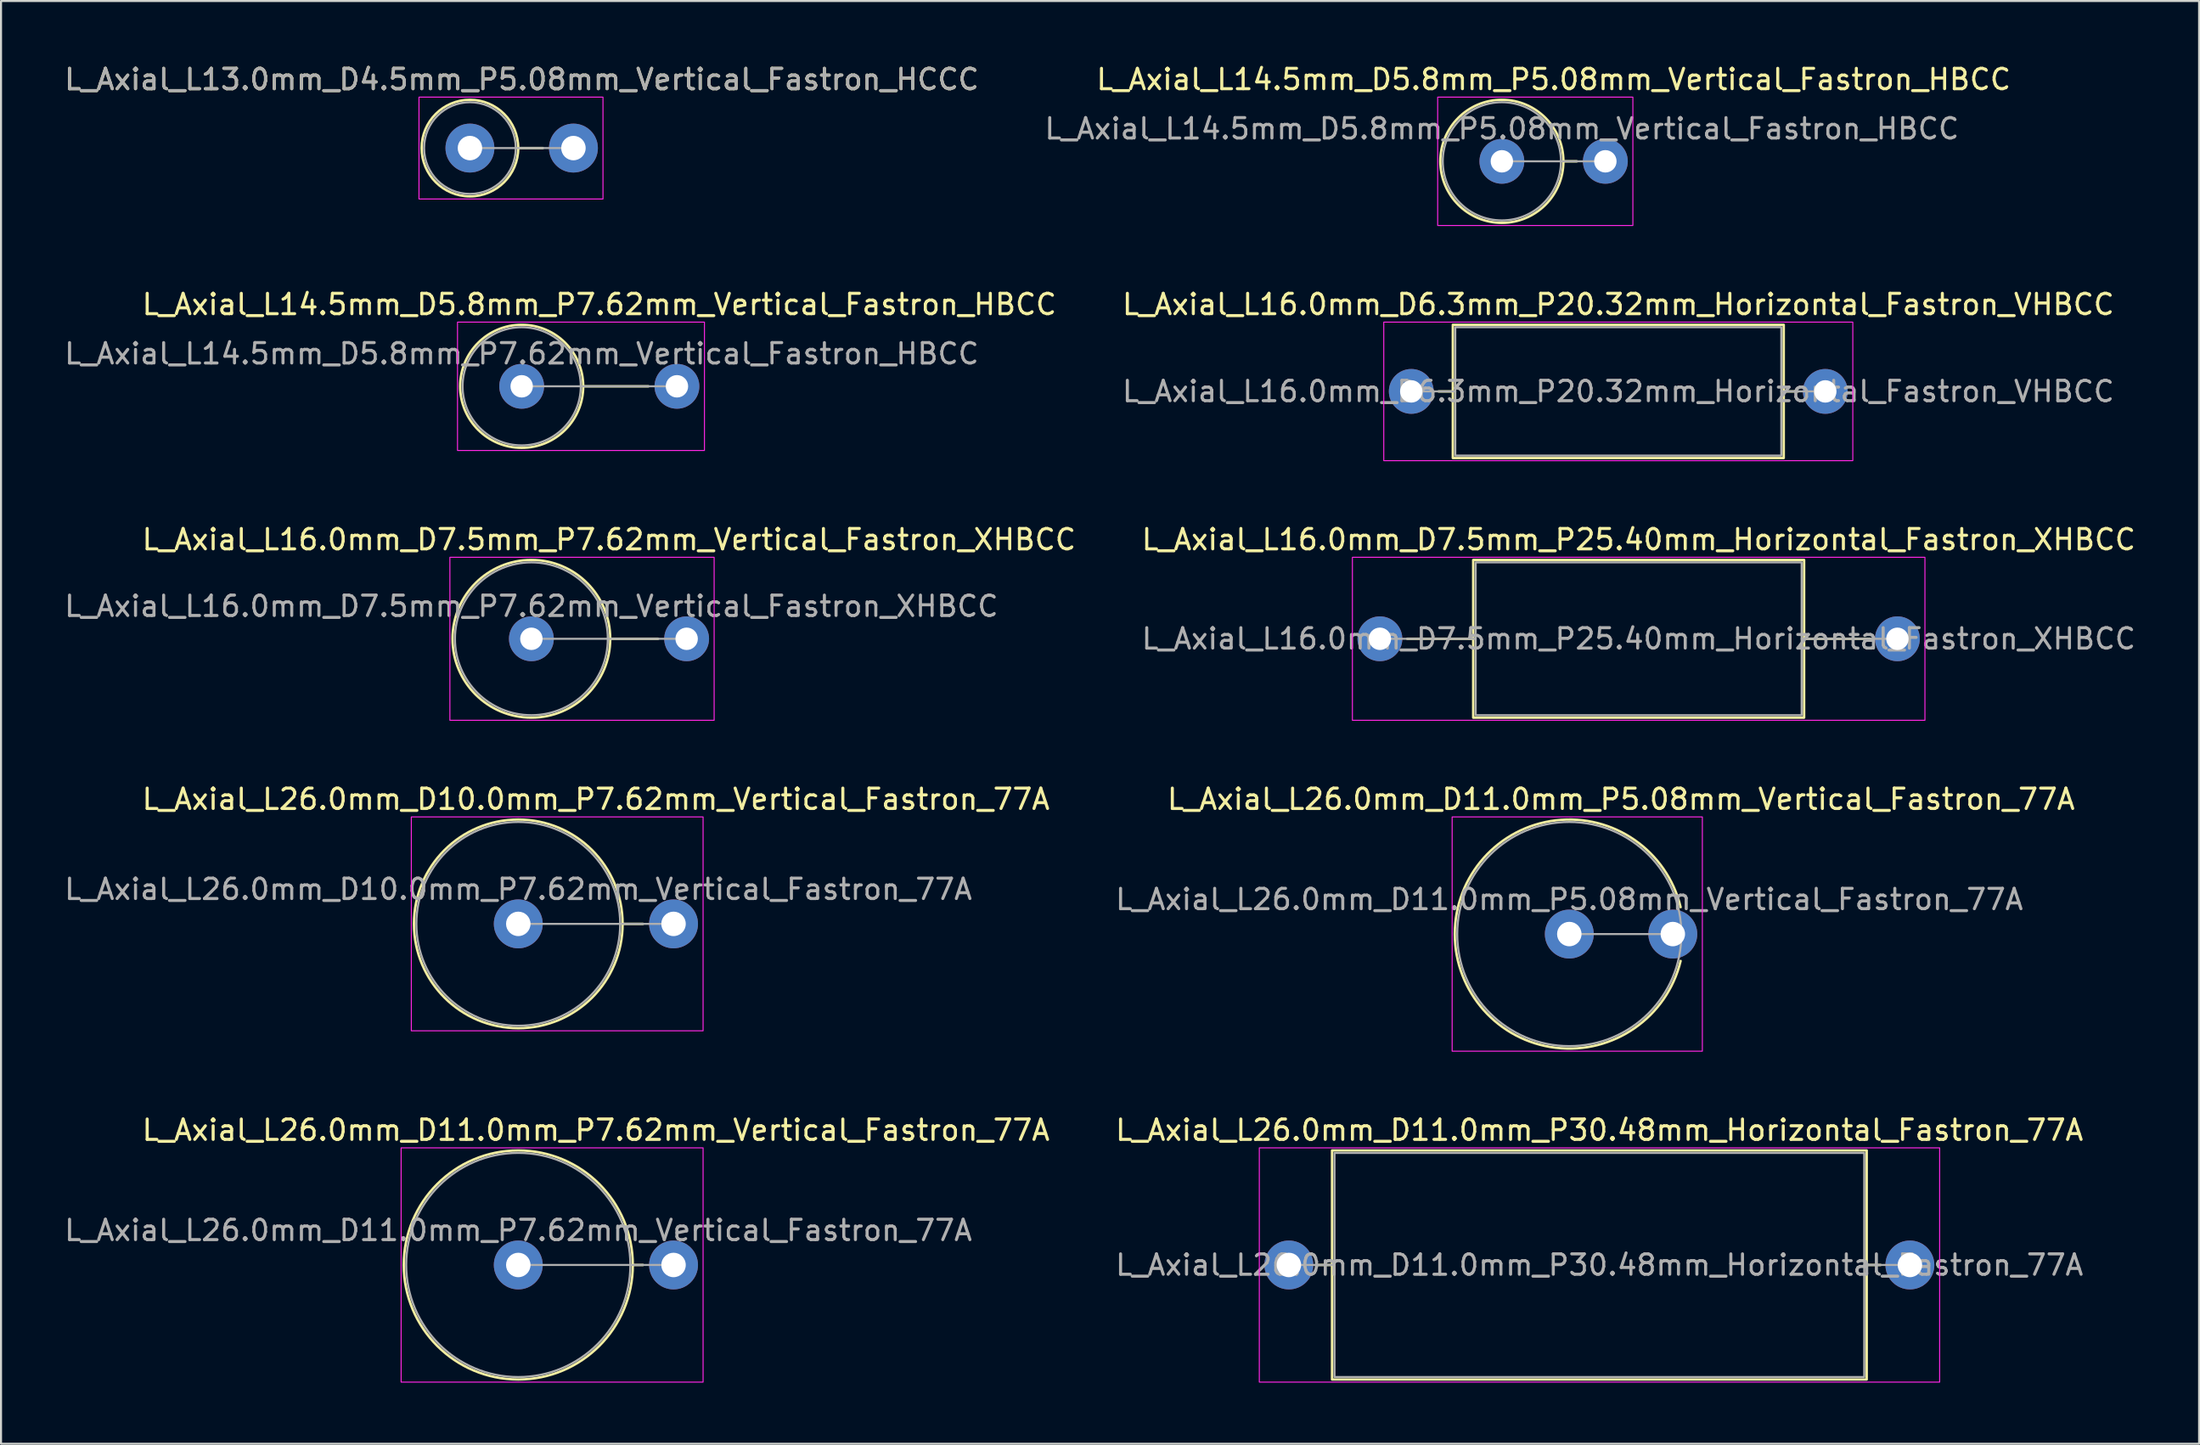
<source format=kicad_pcb>
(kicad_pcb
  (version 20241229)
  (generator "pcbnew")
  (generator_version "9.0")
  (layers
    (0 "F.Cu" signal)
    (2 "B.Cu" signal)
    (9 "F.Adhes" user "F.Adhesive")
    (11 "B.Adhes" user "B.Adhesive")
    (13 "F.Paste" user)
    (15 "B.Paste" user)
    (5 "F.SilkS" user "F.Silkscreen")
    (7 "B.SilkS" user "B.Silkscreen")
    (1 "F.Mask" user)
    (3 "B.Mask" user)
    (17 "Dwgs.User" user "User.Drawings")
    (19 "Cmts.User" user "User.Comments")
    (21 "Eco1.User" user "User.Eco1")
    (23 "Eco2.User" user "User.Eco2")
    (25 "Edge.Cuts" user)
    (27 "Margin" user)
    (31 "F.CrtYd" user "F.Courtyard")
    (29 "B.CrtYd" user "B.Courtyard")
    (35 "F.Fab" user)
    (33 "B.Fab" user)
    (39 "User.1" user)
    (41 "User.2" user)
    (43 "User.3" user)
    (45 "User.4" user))
  (footprint "L_Axial_L26.0mm_D11.0mm_P5.08mm_Vertical_Fastron_77A"
    (layer "F.Cu")
    (at 73.971 42.798)
    (property "Reference" "L_Axial_L26.0mm_D11.0mm_P5.08mm_Vertical_Fastron_77A" (at 2.54 -6.62 0) (layer "F.SilkS") (effects (font (size 1 1) (thickness 0.15))))
    (attr through_hole)
    (fp_arc (start 5.462783 1.32) (mid -5.62 0) (end 5.462783 -1.32) (stroke (width 0.12) (type solid)) (layer "F.SilkS"))
    (fp_rect (start -5.75 -5.75) (end 6.53 5.75) (stroke (width 0.05) (type solid)) (fill no) (layer "F.CrtYd"))
    (fp_line (start 0 0) (end 5.08 0) (stroke (width 0.1) (type solid)) (layer "F.Fab"))
    (fp_circle (center 0 0) (end 5.5 0) (stroke (width 0.1) (type solid)) (fill no) (layer "F.Fab"))
    (fp_text user "${REFERENCE}" (at 0 -1.7 0) (layer "F.Fab") (effects (font (size 1 1) (thickness 0.15))))
    (pad "1" thru_hole circle (at 0 0) (size 2.4 2.4) (drill 1.2) (layers "*.Cu" "*.Mask"))
    (pad "2" thru_hole circle (at 5.08 0) (size 2.4 2.4) (drill 1.2) (layers "*.Cu" "*.Mask")))
  (footprint "L_Axial_L14.5mm_D5.8mm_P7.62mm_Vertical_Fastron_HBCC"
    (layer "F.Cu")
    (at 22.554 15.912)
    (property "Reference" "L_Axial_L14.5mm_D5.8mm_P7.62mm_Vertical_Fastron_HBCC" (at 3.81 -4.02 0) (layer "F.SilkS") (effects (font (size 1 1) (thickness 0.15))))
    (attr through_hole)
    (fp_line (start 3.02 0) (end 6.22 0) (stroke (width 0.12) (type solid)) (layer "F.SilkS"))
    (fp_circle (center 0 0) (end 3.02 0) (stroke (width 0.12) (type solid)) (fill no) (layer "F.SilkS"))
    (fp_rect (start -3.15 -3.15) (end 8.97 3.15) (stroke (width 0.05) (type solid)) (fill no) (layer "F.CrtYd"))
    (fp_line (start 0 0) (end 7.62 0) (stroke (width 0.1) (type solid)) (layer "F.Fab"))
    (fp_circle (center 0 0) (end 2.9 0) (stroke (width 0.1) (type solid)) (fill no) (layer "F.Fab"))
    (fp_text user "${REFERENCE}" (at 0 -1.6 0) (layer "F.Fab") (effects (font (size 1 1) (thickness 0.15))))
    (pad "1" thru_hole circle (at 0 0) (size 2.2 2.2) (drill 1.1) (layers "*.Cu" "*.Mask"))
    (pad "2" thru_hole circle (at 7.62 0) (size 2.2 2.2) (drill 1.1) (layers "*.Cu" "*.Mask")))
  (footprint "L_Axial_L26.0mm_D11.0mm_P30.48mm_Horizontal_Fastron_77A"
    (layer "F.Cu")
    (at 60.207 59.041)
    (property "Reference" "L_Axial_L26.0mm_D11.0mm_P30.48mm_Horizontal_Fastron_77A" (at 15.24 -6.62 0) (layer "F.SilkS") (effects (font (size 1 1) (thickness 0.15))))
    (attr through_hole)
    (fp_line (start 1.44 0) (end 2.12 0) (stroke (width 0.12) (type solid)) (layer "F.SilkS"))
    (fp_line (start 29.04 0) (end 28.36 0) (stroke (width 0.12) (type solid)) (layer "F.SilkS"))
    (fp_rect (start 2.12 -5.62) (end 28.36 5.62) (stroke (width 0.12) (type solid)) (fill no) (layer "F.SilkS"))
    (fp_rect (start -1.45 -5.75) (end 31.94 5.75) (stroke (width 0.05) (type solid)) (fill no) (layer "F.CrtYd"))
    (fp_line (start 0 0) (end 2.24 0) (stroke (width 0.1) (type solid)) (layer "F.Fab"))
    (fp_line (start 30.48 0) (end 28.24 0) (stroke (width 0.1) (type solid)) (layer "F.Fab"))
    (fp_rect (start 2.24 -5.5) (end 28.24 5.5) (stroke (width 0.1) (type solid)) (fill no) (layer "F.Fab"))
    (fp_text user "${REFERENCE}" (at 15.24 0 0) (layer "F.Fab") (effects (font (size 1 1) (thickness 0.15))))
    (pad "1" thru_hole circle (at 0 0) (size 2.4 2.4) (drill 1.2) (layers "*.Cu" "*.Mask"))
    (pad "2" thru_hole circle (at 30.48 0) (size 2.4 2.4) (drill 1.2) (layers "*.Cu" "*.Mask")))
  (footprint "L_Axial_L14.5mm_D5.8mm_P5.08mm_Vertical_Fastron_HBCC"
    (layer "F.Cu")
    (at 70.661 4.868)
    (property "Reference" "L_Axial_L14.5mm_D5.8mm_P5.08mm_Vertical_Fastron_HBCC" (at 2.54 -4.02 0) (layer "F.SilkS") (effects (font (size 1 1) (thickness 0.15))))
    (attr through_hole)
    (fp_line (start 3.02 0) (end 3.68 0) (stroke (width 0.12) (type solid)) (layer "F.SilkS"))
    (fp_circle (center 0 0) (end 3.02 0) (stroke (width 0.12) (type solid)) (fill no) (layer "F.SilkS"))
    (fp_rect (start -3.15 -3.15) (end 6.43 3.15) (stroke (width 0.05) (type solid)) (fill no) (layer "F.CrtYd"))
    (fp_line (start 0 0) (end 5.08 0) (stroke (width 0.1) (type solid)) (layer "F.Fab"))
    (fp_circle (center 0 0) (end 2.9 0) (stroke (width 0.1) (type solid)) (fill no) (layer "F.Fab"))
    (fp_text user "${REFERENCE}" (at 0 -1.6 0) (layer "F.Fab") (effects (font (size 1 1) (thickness 0.15))))
    (pad "1" thru_hole circle (at 0 0) (size 2.2 2.2) (drill 1.1) (layers "*.Cu" "*.Mask"))
    (pad "2" thru_hole circle (at 5.08 0) (size 2.2 2.2) (drill 1.1) (layers "*.Cu" "*.Mask")))
  (footprint "L_Axial_L16.0mm_D7.5mm_P25.40mm_Horizontal_Fastron_XHBCC"
    (layer "F.Cu")
    (at 64.675 28.305)
    (property "Reference" "L_Axial_L16.0mm_D7.5mm_P25.40mm_Horizontal_Fastron_XHBCC" (at 12.7 -4.87 0) (layer "F.SilkS") (effects (font (size 1 1) (thickness 0.15))))
    (attr through_hole)
    (fp_line (start 1.34 0) (end 4.58 0) (stroke (width 0.12) (type solid)) (layer "F.SilkS"))
    (fp_line (start 24.06 0) (end 20.82 0) (stroke (width 0.12) (type solid)) (layer "F.SilkS"))
    (fp_rect (start 4.58 -3.87) (end 20.82 3.87) (stroke (width 0.12) (type solid)) (fill no) (layer "F.SilkS"))
    (fp_rect (start -1.35 -4) (end 26.75 4) (stroke (width 0.05) (type solid)) (fill no) (layer "F.CrtYd"))
    (fp_line (start 0 0) (end 4.7 0) (stroke (width 0.1) (type solid)) (layer "F.Fab"))
    (fp_line (start 25.4 0) (end 20.7 0) (stroke (width 0.1) (type solid)) (layer "F.Fab"))
    (fp_rect (start 4.7 -3.75) (end 20.7 3.75) (stroke (width 0.1) (type solid)) (fill no) (layer "F.Fab"))
    (fp_text user "${REFERENCE}" (at 12.7 0 0) (layer "F.Fab") (effects (font (size 1 1) (thickness 0.15))))
    (pad "1" thru_hole circle (at 0 0) (size 2.2 2.2) (drill 1.1) (layers "*.Cu" "*.Mask"))
    (pad "2" thru_hole circle (at 25.4 0) (size 2.2 2.2) (drill 1.1) (layers "*.Cu" "*.Mask")))
  (footprint "L_Axial_L13.0mm_D4.5mm_P5.08mm_Vertical_Fastron_HCCC"
    (layer "F.Cu")
    (at 20.014 4.218)
    (property "Reference" "L_Axial_L13.0mm_D4.5mm_P5.08mm_Vertical_Fastron_HCCC" (at 2.54 -3.37 0) (layer "F.SilkS") (effects (font (size 1 1) (thickness 0.15))))
    (attr through_hole)
    (fp_line (start 2.37 0) (end 3.58 0) (stroke (width 0.12) (type solid)) (layer "F.SilkS"))
    (fp_circle (center 0 0) (end 2.37 0) (stroke (width 0.12) (type solid)) (fill no) (layer "F.SilkS"))
    (fp_rect (start -2.5 -2.5) (end 6.53 2.5) (stroke (width 0.05) (type solid)) (fill no) (layer "F.CrtYd"))
    (fp_line (start 0 0) (end 5.08 0) (stroke (width 0.1) (type solid)) (layer "F.Fab"))
    (fp_circle (center 0 0) (end 2.25 0) (stroke (width 0.1) (type solid)) (fill no) (layer "F.Fab"))
    (fp_text user "${REFERENCE}" (at 2.54 -3.37 0) (layer "F.Fab") (effects (font (size 1 1) (thickness 0.15))))
    (pad "1" thru_hole circle (at 0 0) (size 2.4 2.4) (drill 1.2) (layers "*.Cu" "*.Mask"))
    (pad "2" thru_hole circle (at 5.08 0) (size 2.4 2.4) (drill 1.2) (layers "*.Cu" "*.Mask")))
  (footprint "L_Axial_L16.0mm_D7.5mm_P7.62mm_Vertical_Fastron_XHBCC"
    (layer "F.Cu")
    (at 23.03 28.305)
    (property "Reference" "L_Axial_L16.0mm_D7.5mm_P7.62mm_Vertical_Fastron_XHBCC" (at 3.81 -4.87 0) (layer "F.SilkS") (effects (font (size 1 1) (thickness 0.15))))
    (attr through_hole)
    (fp_line (start 3.87 0) (end 6.22 0) (stroke (width 0.12) (type solid)) (layer "F.SilkS"))
    (fp_circle (center 0 0) (end 3.87 0) (stroke (width 0.12) (type solid)) (fill no) (layer "F.SilkS"))
    (fp_rect (start -4 -4) (end 8.97 4) (stroke (width 0.05) (type solid)) (fill no) (layer "F.CrtYd"))
    (fp_line (start 0 0) (end 7.62 0) (stroke (width 0.1) (type solid)) (layer "F.Fab"))
    (fp_circle (center 0 0) (end 3.75 0) (stroke (width 0.1) (type solid)) (fill no) (layer "F.Fab"))
    (fp_text user "${REFERENCE}" (at 0 -1.6 0) (layer "F.Fab") (effects (font (size 1 1) (thickness 0.15))))
    (pad "1" thru_hole circle (at 0 0) (size 2.2 2.2) (drill 1.1) (layers "*.Cu" "*.Mask"))
    (pad "2" thru_hole circle (at 7.62 0) (size 2.2 2.2) (drill 1.1) (layers "*.Cu" "*.Mask")))
  (footprint "L_Axial_L26.0mm_D10.0mm_P7.62mm_Vertical_Fastron_77A"
    (layer "F.Cu")
    (at 22.387 42.298)
    (property "Reference" "L_Axial_L26.0mm_D10.0mm_P7.62mm_Vertical_Fastron_77A" (at 3.81 -6.12 0) (layer "F.SilkS") (effects (font (size 1 1) (thickness 0.15))))
    (attr through_hole)
    (fp_line (start 5.12 0) (end 6.12 0) (stroke (width 0.12) (type solid)) (layer "F.SilkS"))
    (fp_circle (center 0 0) (end 5.12 0) (stroke (width 0.12) (type solid)) (fill no) (layer "F.SilkS"))
    (fp_rect (start -5.25 -5.25) (end 9.07 5.25) (stroke (width 0.05) (type solid)) (fill no) (layer "F.CrtYd"))
    (fp_line (start 0 0) (end 7.62 0) (stroke (width 0.1) (type solid)) (layer "F.Fab"))
    (fp_circle (center 0 0) (end 5 0) (stroke (width 0.1) (type solid)) (fill no) (layer "F.Fab"))
    (fp_text user "${REFERENCE}" (at 0 -1.7 0) (layer "F.Fab") (effects (font (size 1 1) (thickness 0.15))))
    (pad "1" thru_hole circle (at 0 0) (size 2.4 2.4) (drill 1.2) (layers "*.Cu" "*.Mask"))
    (pad "2" thru_hole circle (at 7.62 0) (size 2.4 2.4) (drill 1.2) (layers "*.Cu" "*.Mask")))
  (footprint "L_Axial_L16.0mm_D6.3mm_P20.32mm_Horizontal_Fastron_VHBCC"
    (layer "F.Cu")
    (at 66.215 16.162)
    (property "Reference" "L_Axial_L16.0mm_D6.3mm_P20.32mm_Horizontal_Fastron_VHBCC" (at 10.16 -4.27 0) (layer "F.SilkS") (effects (font (size 1 1) (thickness 0.15))))
    (attr through_hole)
    (fp_line (start 1.34 0) (end 2.04 0) (stroke (width 0.12) (type solid)) (layer "F.SilkS"))
    (fp_line (start 18.98 0) (end 18.28 0) (stroke (width 0.12) (type solid)) (layer "F.SilkS"))
    (fp_rect (start 2.04 -3.27) (end 18.28 3.27) (stroke (width 0.12) (type solid)) (fill no) (layer "F.SilkS"))
    (fp_rect (start -1.35 -3.4) (end 21.67 3.4) (stroke (width 0.05) (type solid)) (fill no) (layer "F.CrtYd"))
    (fp_line (start 0 0) (end 2.16 0) (stroke (width 0.1) (type solid)) (layer "F.Fab"))
    (fp_line (start 20.32 0) (end 18.16 0) (stroke (width 0.1) (type solid)) (layer "F.Fab"))
    (fp_rect (start 2.16 -3.15) (end 18.16 3.15) (stroke (width 0.1) (type solid)) (fill no) (layer "F.Fab"))
    (fp_text user "${REFERENCE}" (at 10.16 0 0) (layer "F.Fab") (effects (font (size 1 1) (thickness 0.15))))
    (pad "1" thru_hole circle (at 0 0) (size 2.2 2.2) (drill 1.1) (layers "*.Cu" "*.Mask"))
    (pad "2" thru_hole circle (at 20.32 0) (size 2.2 2.2) (drill 1.1) (layers "*.Cu" "*.Mask")))
  (footprint "L_Axial_L26.0mm_D11.0mm_P7.62mm_Vertical_Fastron_77A"
    (layer "F.Cu")
    (at 22.387 59.041)
    (property "Reference" "L_Axial_L26.0mm_D11.0mm_P7.62mm_Vertical_Fastron_77A" (at 3.81 -6.62 0) (layer "F.SilkS") (effects (font (size 1 1) (thickness 0.15))))
    (attr through_hole)
    (fp_line (start 5.62 0) (end 6.12 0) (stroke (width 0.12) (type solid)) (layer "F.SilkS"))
    (fp_circle (center 0 0) (end 5.62 0) (stroke (width 0.12) (type solid)) (fill no) (layer "F.SilkS"))
    (fp_rect (start -5.75 -5.75) (end 9.07 5.75) (stroke (width 0.05) (type solid)) (fill no) (layer "F.CrtYd"))
    (fp_line (start 0 0) (end 7.62 0) (stroke (width 0.1) (type solid)) (layer "F.Fab"))
    (fp_circle (center 0 0) (end 5.5 0) (stroke (width 0.1) (type solid)) (fill no) (layer "F.Fab"))
    (fp_text user "${REFERENCE}" (at 0 -1.7 0) (layer "F.Fab") (effects (font (size 1 1) (thickness 0.15))))
    (pad "1" thru_hole circle (at 0 0) (size 2.4 2.4) (drill 1.2) (layers "*.Cu" "*.Mask"))
    (pad "2" thru_hole circle (at 7.62 0) (size 2.4 2.4) (drill 1.2) (layers "*.Cu" "*.Mask")))
  (gr_rect
    (start -3 -3)
    (end 104.881 67.816)
    (stroke (width 0.1) (type default))
    (fill no)
    (layer "Edge.Cuts")))
</source>
